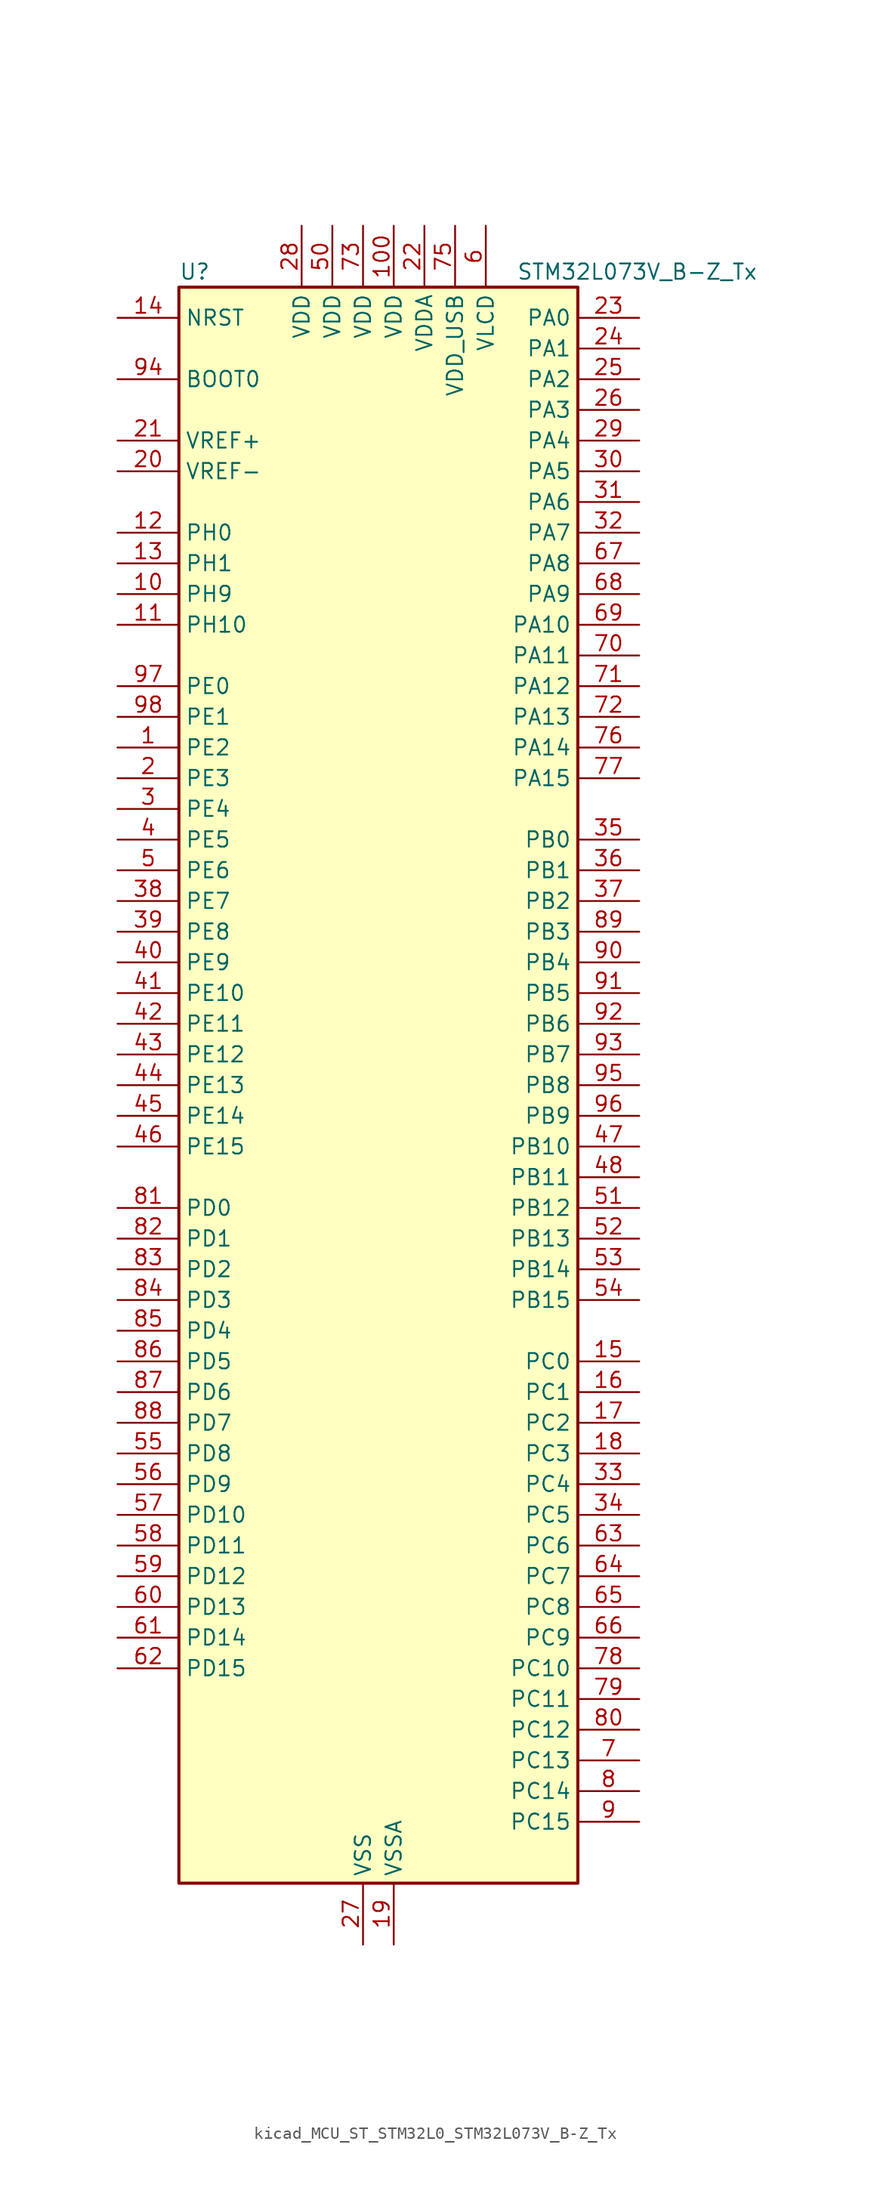
<source format=kicad_sym>
(kicad_symbol_lib
  (version 20220914)
  (generator kicad_symbol_editor)
  (symbol "kicad_MCU_ST_STM32L0_STM32L073V_B-Z_Tx"
    (property "Reference" "U"
      (at -15.24 67.31 0)
      (effects (font (size 1.27 1.27)) (justify left)))
    (property "Value" "STM32L073V_B-Z_Tx"
      (at 12.7 67.31 0)
      (effects (font (size 1.27 1.27)) (justify left)))
    (property "ki_locked" ""
      (at 0 0 0)
      (effects (font (size 1.27 1.27))))
    (symbol "kicad_MCU_ST_STM32L0_STM32L073V_B-Z_Tx_0_1"
      (rectangle (start -15.24 -66.04) (end 17.78 66.04) (stroke (width 0.254) (type default)) (fill (type background))))
    (symbol "kicad_MCU_ST_STM32L0_STM32L073V_B-Z_Tx_1_1"
      (pin bidirectional line (at -20.32 27.94 0) (length 5.08) (name "PE2" (effects (font (size 1.27 1.27)))) (number "1" (effects (font (size 1.27 1.27)))) (alternate "LCD_SEG38" bidirectional line) (alternate "TIM3_ETR" bidirectional line))
      (pin bidirectional line (at -20.32 40.64 0) (length 5.08) (name "PH9" (effects (font (size 1.27 1.27)))) (number "10" (effects (font (size 1.27 1.27)))) (alternate "DAC_EXTI9" bidirectional line))
      (pin power_in line (at 2.54 71.12 270) (length 5.08) (name "VDD" (effects (font (size 1.27 1.27)))) (number "100" (effects (font (size 1.27 1.27)))))
      (pin bidirectional line (at -20.32 38.1 0) (length 5.08) (name "PH10" (effects (font (size 1.27 1.27)))) (number "11" (effects (font (size 1.27 1.27)))))
      (pin bidirectional line (at -20.32 45.72 0) (length 5.08) (name "PH0" (effects (font (size 1.27 1.27)))) (number "12" (effects (font (size 1.27 1.27)))) (alternate "CRS_SYNC" bidirectional line) (alternate "RCC_OSC_IN" bidirectional line))
      (pin bidirectional line (at -20.32 43.18 0) (length 5.08) (name "PH1" (effects (font (size 1.27 1.27)))) (number "13" (effects (font (size 1.27 1.27)))) (alternate "RCC_OSC_OUT" bidirectional line))
      (pin input line (at -20.32 63.5 0) (length 5.08) (name "NRST" (effects (font (size 1.27 1.27)))) (number "14" (effects (font (size 1.27 1.27)))))
      (pin bidirectional line (at 22.86 -22.86 180) (length 5.08) (name "PC0" (effects (font (size 1.27 1.27)))) (number "15" (effects (font (size 1.27 1.27)))) (alternate "ADC_IN10" bidirectional line) (alternate "I2C3_SCL" bidirectional line) (alternate "LCD_SEG18" bidirectional line) (alternate "LPTIM1_IN1" bidirectional line) (alternate "LPUART1_RX" bidirectional line) (alternate "TSC_G7_IO1" bidirectional line))
      (pin bidirectional line (at 22.86 -25.4 180) (length 5.08) (name "PC1" (effects (font (size 1.27 1.27)))) (number "16" (effects (font (size 1.27 1.27)))) (alternate "ADC_IN11" bidirectional line) (alternate "I2C3_SDA" bidirectional line) (alternate "LCD_SEG19" bidirectional line) (alternate "LPTIM1_OUT" bidirectional line) (alternate "LPUART1_TX" bidirectional line) (alternate "TSC_G7_IO2" bidirectional line))
      (pin bidirectional line (at 22.86 -27.94 180) (length 5.08) (name "PC2" (effects (font (size 1.27 1.27)))) (number "17" (effects (font (size 1.27 1.27)))) (alternate "ADC_IN12" bidirectional line) (alternate "I2S2_MCK" bidirectional line) (alternate "LCD_SEG20" bidirectional line) (alternate "LPTIM1_IN2" bidirectional line) (alternate "SPI2_MISO" bidirectional line) (alternate "TSC_G7_IO3" bidirectional line))
      (pin bidirectional line (at 22.86 -30.48 180) (length 5.08) (name "PC3" (effects (font (size 1.27 1.27)))) (number "18" (effects (font (size 1.27 1.27)))) (alternate "ADC_IN13" bidirectional line) (alternate "I2S2_SD" bidirectional line) (alternate "LCD_SEG21" bidirectional line) (alternate "LPTIM1_ETR" bidirectional line) (alternate "SPI2_MOSI" bidirectional line) (alternate "TSC_G7_IO4" bidirectional line))
      (pin power_in line (at 2.54 -71.12 90) (length 5.08) (name "VSSA" (effects (font (size 1.27 1.27)))) (number "19" (effects (font (size 1.27 1.27)))))
      (pin bidirectional line (at -20.32 25.4 0) (length 5.08) (name "PE3" (effects (font (size 1.27 1.27)))) (number "2" (effects (font (size 1.27 1.27)))) (alternate "LCD_SEG39" bidirectional line) (alternate "TIM22_CH1" bidirectional line) (alternate "TIM3_CH1" bidirectional line))
      (pin input line (at -20.32 50.8 0) (length 5.08) (name "VREF-" (effects (font (size 1.27 1.27)))) (number "20" (effects (font (size 1.27 1.27)))))
      (pin input line (at -20.32 53.34 0) (length 5.08) (name "VREF+" (effects (font (size 1.27 1.27)))) (number "21" (effects (font (size 1.27 1.27)))))
      (pin power_in line (at 5.08 71.12 270) (length 5.08) (name "VDDA" (effects (font (size 1.27 1.27)))) (number "22" (effects (font (size 1.27 1.27)))))
      (pin bidirectional line (at 22.86 63.5 180) (length 5.08) (name "PA0" (effects (font (size 1.27 1.27)))) (number "23" (effects (font (size 1.27 1.27)))) (alternate "ADC_IN0" bidirectional line) (alternate "COMP1_INM" bidirectional line) (alternate "COMP1_OUT" bidirectional line) (alternate "RTC_TAMP2" bidirectional line) (alternate "SYS_WKUP1" bidirectional line) (alternate "TIM2_CH1" bidirectional line) (alternate "TIM2_ETR" bidirectional line) (alternate "TSC_G1_IO1" bidirectional line) (alternate "USART2_CTS" bidirectional line) (alternate "USART4_TX" bidirectional line))
      (pin bidirectional line (at 22.86 60.96 180) (length 5.08) (name "PA1" (effects (font (size 1.27 1.27)))) (number "24" (effects (font (size 1.27 1.27)))) (alternate "ADC_IN1" bidirectional line) (alternate "COMP1_INP" bidirectional line) (alternate "LCD_SEG0" bidirectional line) (alternate "TIM21_ETR" bidirectional line) (alternate "TIM2_CH2" bidirectional line) (alternate "TSC_G1_IO2" bidirectional line) (alternate "USART2_DE" bidirectional line) (alternate "USART2_RTS" bidirectional line) (alternate "USART4_RX" bidirectional line))
      (pin bidirectional line (at 22.86 58.42 180) (length 5.08) (name "PA2" (effects (font (size 1.27 1.27)))) (number "25" (effects (font (size 1.27 1.27)))) (alternate "ADC_IN2" bidirectional line) (alternate "COMP2_INM" bidirectional line) (alternate "COMP2_OUT" bidirectional line) (alternate "LCD_SEG1" bidirectional line) (alternate "LPUART1_TX" bidirectional line) (alternate "TIM21_CH1" bidirectional line) (alternate "TIM2_CH3" bidirectional line) (alternate "TSC_G1_IO3" bidirectional line) (alternate "USART2_TX" bidirectional line))
      (pin bidirectional line (at 22.86 55.88 180) (length 5.08) (name "PA3" (effects (font (size 1.27 1.27)))) (number "26" (effects (font (size 1.27 1.27)))) (alternate "ADC_IN3" bidirectional line) (alternate "COMP2_INP" bidirectional line) (alternate "LCD_SEG2" bidirectional line) (alternate "LPUART1_RX" bidirectional line) (alternate "TIM21_CH2" bidirectional line) (alternate "TIM2_CH4" bidirectional line) (alternate "TSC_G1_IO4" bidirectional line) (alternate "USART2_RX" bidirectional line))
      (pin power_in line (at 0 -71.12 90) (length 5.08) (name "VSS" (effects (font (size 1.27 1.27)))) (number "27" (effects (font (size 1.27 1.27)))))
      (pin power_in line (at -5.08 71.12 270) (length 5.08) (name "VDD" (effects (font (size 1.27 1.27)))) (number "28" (effects (font (size 1.27 1.27)))))
      (pin bidirectional line (at 22.86 53.34 180) (length 5.08) (name "PA4" (effects (font (size 1.27 1.27)))) (number "29" (effects (font (size 1.27 1.27)))) (alternate "ADC_IN4" bidirectional line) (alternate "COMP1_INM" bidirectional line) (alternate "COMP2_INM" bidirectional line) (alternate "DAC_OUT1" bidirectional line) (alternate "SPI1_NSS" bidirectional line) (alternate "TIM22_ETR" bidirectional line) (alternate "TSC_G2_IO1" bidirectional line) (alternate "USART2_CK" bidirectional line))
      (pin bidirectional line (at -20.32 22.86 0) (length 5.08) (name "PE4" (effects (font (size 1.27 1.27)))) (number "3" (effects (font (size 1.27 1.27)))) (alternate "TIM22_CH2" bidirectional line) (alternate "TIM3_CH2" bidirectional line))
      (pin bidirectional line (at 22.86 50.8 180) (length 5.08) (name "PA5" (effects (font (size 1.27 1.27)))) (number "30" (effects (font (size 1.27 1.27)))) (alternate "ADC_IN5" bidirectional line) (alternate "COMP1_INM" bidirectional line) (alternate "COMP2_INM" bidirectional line) (alternate "DAC_OUT2" bidirectional line) (alternate "SPI1_SCK" bidirectional line) (alternate "TIM2_CH1" bidirectional line) (alternate "TIM2_ETR" bidirectional line) (alternate "TSC_G2_IO2" bidirectional line))
      (pin bidirectional line (at 22.86 48.26 180) (length 5.08) (name "PA6" (effects (font (size 1.27 1.27)))) (number "31" (effects (font (size 1.27 1.27)))) (alternate "ADC_IN6" bidirectional line) (alternate "COMP1_OUT" bidirectional line) (alternate "LCD_SEG3" bidirectional line) (alternate "LPUART1_CTS" bidirectional line) (alternate "SPI1_MISO" bidirectional line) (alternate "TIM22_CH1" bidirectional line) (alternate "TIM3_CH1" bidirectional line) (alternate "TSC_G2_IO3" bidirectional line))
      (pin bidirectional line (at 22.86 45.72 180) (length 5.08) (name "PA7" (effects (font (size 1.27 1.27)))) (number "32" (effects (font (size 1.27 1.27)))) (alternate "ADC_IN7" bidirectional line) (alternate "COMP2_OUT" bidirectional line) (alternate "LCD_SEG4" bidirectional line) (alternate "SPI1_MOSI" bidirectional line) (alternate "TIM22_CH2" bidirectional line) (alternate "TIM3_CH2" bidirectional line) (alternate "TSC_G2_IO4" bidirectional line))
      (pin bidirectional line (at 22.86 -33.02 180) (length 5.08) (name "PC4" (effects (font (size 1.27 1.27)))) (number "33" (effects (font (size 1.27 1.27)))) (alternate "ADC_IN14" bidirectional line) (alternate "LCD_SEG22" bidirectional line) (alternate "LPUART1_TX" bidirectional line))
      (pin bidirectional line (at 22.86 -35.56 180) (length 5.08) (name "PC5" (effects (font (size 1.27 1.27)))) (number "34" (effects (font (size 1.27 1.27)))) (alternate "ADC_IN15" bidirectional line) (alternate "LCD_SEG23" bidirectional line) (alternate "LPUART1_RX" bidirectional line) (alternate "TSC_G3_IO1" bidirectional line))
      (pin bidirectional line (at 22.86 20.32 180) (length 5.08) (name "PB0" (effects (font (size 1.27 1.27)))) (number "35" (effects (font (size 1.27 1.27)))) (alternate "ADC_IN8" bidirectional line) (alternate "LCD_SEG5" bidirectional line) (alternate "LCD_VLCD3" bidirectional line) (alternate "SYS_VREF_OUT_PB0" bidirectional line) (alternate "TIM3_CH3" bidirectional line) (alternate "TSC_G3_IO2" bidirectional line))
      (pin bidirectional line (at 22.86 17.78 180) (length 5.08) (name "PB1" (effects (font (size 1.27 1.27)))) (number "36" (effects (font (size 1.27 1.27)))) (alternate "ADC_IN9" bidirectional line) (alternate "LCD_SEG6" bidirectional line) (alternate "LPUART1_DE" bidirectional line) (alternate "LPUART1_RTS" bidirectional line) (alternate "SYS_VREF_OUT_PB1" bidirectional line) (alternate "TIM3_CH4" bidirectional line) (alternate "TSC_G3_IO3" bidirectional line))
      (pin bidirectional line (at 22.86 15.24 180) (length 5.08) (name "PB2" (effects (font (size 1.27 1.27)))) (number "37" (effects (font (size 1.27 1.27)))) (alternate "I2C3_SMBA" bidirectional line) (alternate "LCD_VLCD2" bidirectional line) (alternate "LPTIM1_OUT" bidirectional line) (alternate "TSC_G3_IO4" bidirectional line))
      (pin bidirectional line (at -20.32 15.24 0) (length 5.08) (name "PE7" (effects (font (size 1.27 1.27)))) (number "38" (effects (font (size 1.27 1.27)))) (alternate "LCD_SEG45" bidirectional line) (alternate "USART5_CK" bidirectional line) (alternate "USART5_DE" bidirectional line) (alternate "USART5_RTS" bidirectional line))
      (pin bidirectional line (at -20.32 12.7 0) (length 5.08) (name "PE8" (effects (font (size 1.27 1.27)))) (number "39" (effects (font (size 1.27 1.27)))) (alternate "LCD_SEG46" bidirectional line) (alternate "USART4_TX" bidirectional line))
      (pin bidirectional line (at -20.32 20.32 0) (length 5.08) (name "PE5" (effects (font (size 1.27 1.27)))) (number "4" (effects (font (size 1.27 1.27)))) (alternate "TIM21_CH1" bidirectional line) (alternate "TIM3_CH3" bidirectional line))
      (pin bidirectional line (at -20.32 10.16 0) (length 5.08) (name "PE9" (effects (font (size 1.27 1.27)))) (number "40" (effects (font (size 1.27 1.27)))) (alternate "DAC_EXTI9" bidirectional line) (alternate "LCD_SEG47" bidirectional line) (alternate "TIM2_CH1" bidirectional line) (alternate "TIM2_ETR" bidirectional line) (alternate "USART4_RX" bidirectional line))
      (pin bidirectional line (at -20.32 7.62 0) (length 5.08) (name "PE10" (effects (font (size 1.27 1.27)))) (number "41" (effects (font (size 1.27 1.27)))) (alternate "LCD_SEG40" bidirectional line) (alternate "TIM2_CH2" bidirectional line) (alternate "USART5_TX" bidirectional line))
      (pin bidirectional line (at -20.32 5.08 0) (length 5.08) (name "PE11" (effects (font (size 1.27 1.27)))) (number "42" (effects (font (size 1.27 1.27)))) (alternate "ADC_EXTI11" bidirectional line) (alternate "LCD_VLCD1" bidirectional line) (alternate "TIM2_CH3" bidirectional line) (alternate "USART5_RX" bidirectional line))
      (pin bidirectional line (at -20.32 2.54 0) (length 5.08) (name "PE12" (effects (font (size 1.27 1.27)))) (number "43" (effects (font (size 1.27 1.27)))) (alternate "LCD_VLCD3" bidirectional line) (alternate "SPI1_NSS" bidirectional line) (alternate "TIM2_CH4" bidirectional line))
      (pin bidirectional line (at -20.32 0 0) (length 5.08) (name "PE13" (effects (font (size 1.27 1.27)))) (number "44" (effects (font (size 1.27 1.27)))) (alternate "LCD_SEG41" bidirectional line) (alternate "SPI1_SCK" bidirectional line))
      (pin bidirectional line (at -20.32 -2.54 0) (length 5.08) (name "PE14" (effects (font (size 1.27 1.27)))) (number "45" (effects (font (size 1.27 1.27)))) (alternate "LCD_SEG42" bidirectional line) (alternate "SPI1_MISO" bidirectional line))
      (pin bidirectional line (at -20.32 -5.08 0) (length 5.08) (name "PE15" (effects (font (size 1.27 1.27)))) (number "46" (effects (font (size 1.27 1.27)))) (alternate "LCD_SEG43" bidirectional line) (alternate "SPI1_MOSI" bidirectional line))
      (pin bidirectional line (at 22.86 -5.08 180) (length 5.08) (name "PB10" (effects (font (size 1.27 1.27)))) (number "47" (effects (font (size 1.27 1.27)))) (alternate "I2C2_SCL" bidirectional line) (alternate "LCD_SEG10" bidirectional line) (alternate "LPUART1_RX" bidirectional line) (alternate "LPUART1_TX" bidirectional line) (alternate "SPI2_SCK" bidirectional line) (alternate "TIM2_CH3" bidirectional line) (alternate "TSC_SYNC" bidirectional line))
      (pin bidirectional line (at 22.86 -7.62 180) (length 5.08) (name "PB11" (effects (font (size 1.27 1.27)))) (number "48" (effects (font (size 1.27 1.27)))) (alternate "ADC_EXTI11" bidirectional line) (alternate "I2C2_SDA" bidirectional line) (alternate "LCD_SEG11" bidirectional line) (alternate "LPUART1_RX" bidirectional line) (alternate "LPUART1_TX" bidirectional line) (alternate "TIM2_CH4" bidirectional line) (alternate "TSC_G6_IO1" bidirectional line))
      (pin passive line (at 0 -71.12 90) (length 5.08) hide (name "VSS" (effects (font (size 1.27 1.27)))) (number "49" (effects (font (size 1.27 1.27)))))
      (pin bidirectional line (at -20.32 17.78 0) (length 5.08) (name "PE6" (effects (font (size 1.27 1.27)))) (number "5" (effects (font (size 1.27 1.27)))) (alternate "RTC_TAMP3" bidirectional line) (alternate "SYS_WKUP3" bidirectional line) (alternate "TIM21_CH2" bidirectional line) (alternate "TIM3_CH4" bidirectional line))
      (pin power_in line (at -2.54 71.12 270) (length 5.08) (name "VDD" (effects (font (size 1.27 1.27)))) (number "50" (effects (font (size 1.27 1.27)))))
      (pin bidirectional line (at 22.86 -10.16 180) (length 5.08) (name "PB12" (effects (font (size 1.27 1.27)))) (number "51" (effects (font (size 1.27 1.27)))) (alternate "I2S2_WS" bidirectional line) (alternate "LCD_SEG12" bidirectional line) (alternate "LCD_VLCD2" bidirectional line) (alternate "LPUART1_DE" bidirectional line) (alternate "LPUART1_RTS" bidirectional line) (alternate "SPI2_NSS" bidirectional line) (alternate "TSC_G6_IO2" bidirectional line))
      (pin bidirectional line (at 22.86 -12.7 180) (length 5.08) (name "PB13" (effects (font (size 1.27 1.27)))) (number "52" (effects (font (size 1.27 1.27)))) (alternate "I2C2_SCL" bidirectional line) (alternate "I2S2_CK" bidirectional line) (alternate "LCD_SEG13" bidirectional line) (alternate "LPUART1_CTS" bidirectional line) (alternate "RCC_MCO" bidirectional line) (alternate "SPI2_SCK" bidirectional line) (alternate "TIM21_CH1" bidirectional line) (alternate "TSC_G6_IO3" bidirectional line))
      (pin bidirectional line (at 22.86 -15.24 180) (length 5.08) (name "PB14" (effects (font (size 1.27 1.27)))) (number "53" (effects (font (size 1.27 1.27)))) (alternate "I2C2_SDA" bidirectional line) (alternate "I2S2_MCK" bidirectional line) (alternate "LCD_SEG14" bidirectional line) (alternate "LPUART1_DE" bidirectional line) (alternate "LPUART1_RTS" bidirectional line) (alternate "RTC_OUT_ALARM" bidirectional line) (alternate "RTC_OUT_CALIB" bidirectional line) (alternate "SPI2_MISO" bidirectional line) (alternate "TIM21_CH2" bidirectional line) (alternate "TSC_G6_IO4" bidirectional line))
      (pin bidirectional line (at 22.86 -17.78 180) (length 5.08) (name "PB15" (effects (font (size 1.27 1.27)))) (number "54" (effects (font (size 1.27 1.27)))) (alternate "I2S2_SD" bidirectional line) (alternate "LCD_SEG15" bidirectional line) (alternate "RTC_REFIN" bidirectional line) (alternate "SPI2_MOSI" bidirectional line))
      (pin bidirectional line (at -20.32 -30.48 0) (length 5.08) (name "PD8" (effects (font (size 1.27 1.27)))) (number "55" (effects (font (size 1.27 1.27)))) (alternate "LCD_SEG28" bidirectional line) (alternate "LPUART1_TX" bidirectional line))
      (pin bidirectional line (at -20.32 -33.02 0) (length 5.08) (name "PD9" (effects (font (size 1.27 1.27)))) (number "56" (effects (font (size 1.27 1.27)))) (alternate "DAC_EXTI9" bidirectional line) (alternate "LCD_SEG29" bidirectional line) (alternate "LPUART1_RX" bidirectional line))
      (pin bidirectional line (at -20.32 -35.56 0) (length 5.08) (name "PD10" (effects (font (size 1.27 1.27)))) (number "57" (effects (font (size 1.27 1.27)))) (alternate "LCD_SEG30" bidirectional line))
      (pin bidirectional line (at -20.32 -38.1 0) (length 5.08) (name "PD11" (effects (font (size 1.27 1.27)))) (number "58" (effects (font (size 1.27 1.27)))) (alternate "ADC_EXTI11" bidirectional line) (alternate "LCD_SEG31" bidirectional line) (alternate "LPUART1_CTS" bidirectional line))
      (pin bidirectional line (at -20.32 -40.64 0) (length 5.08) (name "PD12" (effects (font (size 1.27 1.27)))) (number "59" (effects (font (size 1.27 1.27)))) (alternate "LCD_SEG32" bidirectional line) (alternate "LPUART1_DE" bidirectional line) (alternate "LPUART1_RTS" bidirectional line))
      (pin power_in line (at 10.16 71.12 270) (length 5.08) (name "VLCD" (effects (font (size 1.27 1.27)))) (number "6" (effects (font (size 1.27 1.27)))))
      (pin bidirectional line (at -20.32 -43.18 0) (length 5.08) (name "PD13" (effects (font (size 1.27 1.27)))) (number "60" (effects (font (size 1.27 1.27)))) (alternate "LCD_SEG33" bidirectional line))
      (pin bidirectional line (at -20.32 -45.72 0) (length 5.08) (name "PD14" (effects (font (size 1.27 1.27)))) (number "61" (effects (font (size 1.27 1.27)))) (alternate "LCD_SEG34" bidirectional line))
      (pin bidirectional line (at -20.32 -48.26 0) (length 5.08) (name "PD15" (effects (font (size 1.27 1.27)))) (number "62" (effects (font (size 1.27 1.27)))) (alternate "CRS_SYNC" bidirectional line) (alternate "LCD_SEG35" bidirectional line))
      (pin bidirectional line (at 22.86 -38.1 180) (length 5.08) (name "PC6" (effects (font (size 1.27 1.27)))) (number "63" (effects (font (size 1.27 1.27)))) (alternate "LCD_SEG24" bidirectional line) (alternate "TIM22_CH1" bidirectional line) (alternate "TIM3_CH1" bidirectional line) (alternate "TSC_G8_IO1" bidirectional line))
      (pin bidirectional line (at 22.86 -40.64 180) (length 5.08) (name "PC7" (effects (font (size 1.27 1.27)))) (number "64" (effects (font (size 1.27 1.27)))) (alternate "LCD_SEG25" bidirectional line) (alternate "TIM22_CH2" bidirectional line) (alternate "TIM3_CH2" bidirectional line) (alternate "TSC_G8_IO2" bidirectional line))
      (pin bidirectional line (at 22.86 -43.18 180) (length 5.08) (name "PC8" (effects (font (size 1.27 1.27)))) (number "65" (effects (font (size 1.27 1.27)))) (alternate "LCD_SEG26" bidirectional line) (alternate "TIM22_ETR" bidirectional line) (alternate "TIM3_CH3" bidirectional line) (alternate "TSC_G8_IO3" bidirectional line))
      (pin bidirectional line (at 22.86 -45.72 180) (length 5.08) (name "PC9" (effects (font (size 1.27 1.27)))) (number "66" (effects (font (size 1.27 1.27)))) (alternate "DAC_EXTI9" bidirectional line) (alternate "I2C3_SDA" bidirectional line) (alternate "LCD_SEG27" bidirectional line) (alternate "TIM21_ETR" bidirectional line) (alternate "TIM3_CH4" bidirectional line) (alternate "TSC_G8_IO4" bidirectional line) (alternate "USB_NOE" bidirectional line))
      (pin bidirectional line (at 22.86 43.18 180) (length 5.08) (name "PA8" (effects (font (size 1.27 1.27)))) (number "67" (effects (font (size 1.27 1.27)))) (alternate "CRS_SYNC" bidirectional line) (alternate "I2C3_SCL" bidirectional line) (alternate "LCD_COM0" bidirectional line) (alternate "RCC_MCO" bidirectional line) (alternate "USART1_CK" bidirectional line))
      (pin bidirectional line (at 22.86 40.64 180) (length 5.08) (name "PA9" (effects (font (size 1.27 1.27)))) (number "68" (effects (font (size 1.27 1.27)))) (alternate "DAC_EXTI9" bidirectional line) (alternate "I2C1_SCL" bidirectional line) (alternate "I2C3_SMBA" bidirectional line) (alternate "LCD_COM1" bidirectional line) (alternate "RCC_MCO" bidirectional line) (alternate "TSC_G4_IO1" bidirectional line) (alternate "USART1_TX" bidirectional line))
      (pin bidirectional line (at 22.86 38.1 180) (length 5.08) (name "PA10" (effects (font (size 1.27 1.27)))) (number "69" (effects (font (size 1.27 1.27)))) (alternate "I2C1_SDA" bidirectional line) (alternate "LCD_COM2" bidirectional line) (alternate "TSC_G4_IO2" bidirectional line) (alternate "USART1_RX" bidirectional line))
      (pin bidirectional line (at 22.86 -55.88 180) (length 5.08) (name "PC13" (effects (font (size 1.27 1.27)))) (number "7" (effects (font (size 1.27 1.27)))) (alternate "RTC_OUT_ALARM" bidirectional line) (alternate "RTC_OUT_CALIB" bidirectional line) (alternate "RTC_TAMP1" bidirectional line) (alternate "RTC_TS" bidirectional line) (alternate "SYS_WKUP2" bidirectional line))
      (pin bidirectional line (at 22.86 35.56 180) (length 5.08) (name "PA11" (effects (font (size 1.27 1.27)))) (number "70" (effects (font (size 1.27 1.27)))) (alternate "ADC_EXTI11" bidirectional line) (alternate "COMP1_OUT" bidirectional line) (alternate "SPI1_MISO" bidirectional line) (alternate "TSC_G4_IO3" bidirectional line) (alternate "USART1_CTS" bidirectional line) (alternate "USB_DM" bidirectional line))
      (pin bidirectional line (at 22.86 33.02 180) (length 5.08) (name "PA12" (effects (font (size 1.27 1.27)))) (number "71" (effects (font (size 1.27 1.27)))) (alternate "COMP2_OUT" bidirectional line) (alternate "SPI1_MOSI" bidirectional line) (alternate "TSC_G4_IO4" bidirectional line) (alternate "USART1_DE" bidirectional line) (alternate "USART1_RTS" bidirectional line) (alternate "USB_DP" bidirectional line))
      (pin bidirectional line (at 22.86 30.48 180) (length 5.08) (name "PA13" (effects (font (size 1.27 1.27)))) (number "72" (effects (font (size 1.27 1.27)))) (alternate "LPUART1_RX" bidirectional line) (alternate "SYS_SWDIO" bidirectional line) (alternate "USB_NOE" bidirectional line))
      (pin power_in line (at 0 71.12 270) (length 5.08) (name "VDD" (effects (font (size 1.27 1.27)))) (number "73" (effects (font (size 1.27 1.27)))))
      (pin passive line (at 0 -71.12 90) (length 5.08) hide (name "VSS" (effects (font (size 1.27 1.27)))) (number "74" (effects (font (size 1.27 1.27)))))
      (pin power_in line (at 7.62 71.12 270) (length 5.08) (name "VDD_USB" (effects (font (size 1.27 1.27)))) (number "75" (effects (font (size 1.27 1.27)))))
      (pin bidirectional line (at 22.86 27.94 180) (length 5.08) (name "PA14" (effects (font (size 1.27 1.27)))) (number "76" (effects (font (size 1.27 1.27)))) (alternate "LPUART1_TX" bidirectional line) (alternate "SYS_SWCLK" bidirectional line) (alternate "USART2_TX" bidirectional line))
      (pin bidirectional line (at 22.86 25.4 180) (length 5.08) (name "PA15" (effects (font (size 1.27 1.27)))) (number "77" (effects (font (size 1.27 1.27)))) (alternate "LCD_SEG17" bidirectional line) (alternate "SPI1_NSS" bidirectional line) (alternate "TIM2_CH1" bidirectional line) (alternate "TIM2_ETR" bidirectional line) (alternate "USART2_RX" bidirectional line) (alternate "USART4_DE" bidirectional line) (alternate "USART4_RTS" bidirectional line))
      (pin bidirectional line (at 22.86 -48.26 180) (length 5.08) (name "PC10" (effects (font (size 1.27 1.27)))) (number "78" (effects (font (size 1.27 1.27)))) (alternate "LCD_COM4" bidirectional line) (alternate "LCD_SEG28" bidirectional line) (alternate "LCD_SEG48" bidirectional line) (alternate "LPUART1_TX" bidirectional line) (alternate "USART4_TX" bidirectional line))
      (pin bidirectional line (at 22.86 -50.8 180) (length 5.08) (name "PC11" (effects (font (size 1.27 1.27)))) (number "79" (effects (font (size 1.27 1.27)))) (alternate "ADC_EXTI11" bidirectional line) (alternate "LCD_COM5" bidirectional line) (alternate "LCD_SEG29" bidirectional line) (alternate "LCD_SEG49" bidirectional line) (alternate "LPUART1_RX" bidirectional line) (alternate "USART4_RX" bidirectional line))
      (pin bidirectional line (at 22.86 -58.42 180) (length 5.08) (name "PC14" (effects (font (size 1.27 1.27)))) (number "8" (effects (font (size 1.27 1.27)))) (alternate "RCC_OSC32_IN" bidirectional line))
      (pin bidirectional line (at 22.86 -53.34 180) (length 5.08) (name "PC12" (effects (font (size 1.27 1.27)))) (number "80" (effects (font (size 1.27 1.27)))) (alternate "LCD_COM6" bidirectional line) (alternate "LCD_SEG30" bidirectional line) (alternate "LCD_SEG50" bidirectional line) (alternate "USART4_CK" bidirectional line) (alternate "USART5_TX" bidirectional line))
      (pin bidirectional line (at -20.32 -10.16 0) (length 5.08) (name "PD0" (effects (font (size 1.27 1.27)))) (number "81" (effects (font (size 1.27 1.27)))) (alternate "I2S2_WS" bidirectional line) (alternate "SPI2_NSS" bidirectional line) (alternate "TIM21_CH1" bidirectional line))
      (pin bidirectional line (at -20.32 -12.7 0) (length 5.08) (name "PD1" (effects (font (size 1.27 1.27)))) (number "82" (effects (font (size 1.27 1.27)))) (alternate "I2S2_CK" bidirectional line) (alternate "SPI2_SCK" bidirectional line))
      (pin bidirectional line (at -20.32 -15.24 0) (length 5.08) (name "PD2" (effects (font (size 1.27 1.27)))) (number "83" (effects (font (size 1.27 1.27)))) (alternate "LCD_COM7" bidirectional line) (alternate "LCD_SEG31" bidirectional line) (alternate "LCD_SEG51" bidirectional line) (alternate "LPUART1_DE" bidirectional line) (alternate "LPUART1_RTS" bidirectional line) (alternate "TIM3_ETR" bidirectional line) (alternate "USART5_RX" bidirectional line))
      (pin bidirectional line (at -20.32 -17.78 0) (length 5.08) (name "PD3" (effects (font (size 1.27 1.27)))) (number "84" (effects (font (size 1.27 1.27)))) (alternate "I2S2_MCK" bidirectional line) (alternate "LCD_SEG44" bidirectional line) (alternate "SPI2_MISO" bidirectional line) (alternate "USART2_CTS" bidirectional line))
      (pin bidirectional line (at -20.32 -20.32 0) (length 5.08) (name "PD4" (effects (font (size 1.27 1.27)))) (number "85" (effects (font (size 1.27 1.27)))) (alternate "I2S2_SD" bidirectional line) (alternate "SPI2_MOSI" bidirectional line) (alternate "USART2_DE" bidirectional line) (alternate "USART2_RTS" bidirectional line))
      (pin bidirectional line (at -20.32 -22.86 0) (length 5.08) (name "PD5" (effects (font (size 1.27 1.27)))) (number "86" (effects (font (size 1.27 1.27)))) (alternate "USART2_TX" bidirectional line))
      (pin bidirectional line (at -20.32 -25.4 0) (length 5.08) (name "PD6" (effects (font (size 1.27 1.27)))) (number "87" (effects (font (size 1.27 1.27)))) (alternate "USART2_RX" bidirectional line))
      (pin bidirectional line (at -20.32 -27.94 0) (length 5.08) (name "PD7" (effects (font (size 1.27 1.27)))) (number "88" (effects (font (size 1.27 1.27)))) (alternate "TIM21_CH2" bidirectional line) (alternate "USART2_CK" bidirectional line))
      (pin bidirectional line (at 22.86 12.7 180) (length 5.08) (name "PB3" (effects (font (size 1.27 1.27)))) (number "89" (effects (font (size 1.27 1.27)))) (alternate "COMP2_INM" bidirectional line) (alternate "LCD_SEG7" bidirectional line) (alternate "SPI1_SCK" bidirectional line) (alternate "TIM2_CH2" bidirectional line) (alternate "TSC_G5_IO1" bidirectional line) (alternate "USART1_DE" bidirectional line) (alternate "USART1_RTS" bidirectional line) (alternate "USART5_TX" bidirectional line))
      (pin bidirectional line (at 22.86 -60.96 180) (length 5.08) (name "PC15" (effects (font (size 1.27 1.27)))) (number "9" (effects (font (size 1.27 1.27)))) (alternate "RCC_OSC32_OUT" bidirectional line))
      (pin bidirectional line (at 22.86 10.16 180) (length 5.08) (name "PB4" (effects (font (size 1.27 1.27)))) (number "90" (effects (font (size 1.27 1.27)))) (alternate "COMP2_INP" bidirectional line) (alternate "I2C3_SDA" bidirectional line) (alternate "LCD_SEG8" bidirectional line) (alternate "SPI1_MISO" bidirectional line) (alternate "TIM22_CH1" bidirectional line) (alternate "TIM3_CH1" bidirectional line) (alternate "TSC_G5_IO2" bidirectional line) (alternate "USART1_CTS" bidirectional line) (alternate "USART5_RX" bidirectional line))
      (pin bidirectional line (at 22.86 7.62 180) (length 5.08) (name "PB5" (effects (font (size 1.27 1.27)))) (number "91" (effects (font (size 1.27 1.27)))) (alternate "COMP2_INP" bidirectional line) (alternate "I2C1_SMBA" bidirectional line) (alternate "LCD_SEG9" bidirectional line) (alternate "LPTIM1_IN1" bidirectional line) (alternate "SPI1_MOSI" bidirectional line) (alternate "TIM22_CH2" bidirectional line) (alternate "TIM3_CH2" bidirectional line) (alternate "USART1_CK" bidirectional line) (alternate "USART5_CK" bidirectional line) (alternate "USART5_DE" bidirectional line) (alternate "USART5_RTS" bidirectional line))
      (pin bidirectional line (at 22.86 5.08 180) (length 5.08) (name "PB6" (effects (font (size 1.27 1.27)))) (number "92" (effects (font (size 1.27 1.27)))) (alternate "COMP2_INP" bidirectional line) (alternate "I2C1_SCL" bidirectional line) (alternate "LPTIM1_ETR" bidirectional line) (alternate "TSC_G5_IO3" bidirectional line) (alternate "USART1_TX" bidirectional line))
      (pin bidirectional line (at 22.86 2.54 180) (length 5.08) (name "PB7" (effects (font (size 1.27 1.27)))) (number "93" (effects (font (size 1.27 1.27)))) (alternate "COMP2_INP" bidirectional line) (alternate "I2C1_SDA" bidirectional line) (alternate "LPTIM1_IN2" bidirectional line) (alternate "SYS_PVD_IN" bidirectional line) (alternate "TSC_G5_IO4" bidirectional line) (alternate "USART1_RX" bidirectional line) (alternate "USART4_CTS" bidirectional line))
      (pin input line (at -20.32 58.42 0) (length 5.08) (name "BOOT0" (effects (font (size 1.27 1.27)))) (number "94" (effects (font (size 1.27 1.27)))))
      (pin bidirectional line (at 22.86 0 180) (length 5.08) (name "PB8" (effects (font (size 1.27 1.27)))) (number "95" (effects (font (size 1.27 1.27)))) (alternate "I2C1_SCL" bidirectional line) (alternate "LCD_SEG16" bidirectional line) (alternate "TSC_SYNC" bidirectional line))
      (pin bidirectional line (at 22.86 -2.54 180) (length 5.08) (name "PB9" (effects (font (size 1.27 1.27)))) (number "96" (effects (font (size 1.27 1.27)))) (alternate "DAC_EXTI9" bidirectional line) (alternate "I2C1_SDA" bidirectional line) (alternate "I2S2_WS" bidirectional line) (alternate "LCD_COM3" bidirectional line) (alternate "SPI2_NSS" bidirectional line))
      (pin bidirectional line (at -20.32 33.02 0) (length 5.08) (name "PE0" (effects (font (size 1.27 1.27)))) (number "97" (effects (font (size 1.27 1.27)))) (alternate "LCD_SEG36" bidirectional line))
      (pin bidirectional line (at -20.32 30.48 0) (length 5.08) (name "PE1" (effects (font (size 1.27 1.27)))) (number "98" (effects (font (size 1.27 1.27)))) (alternate "LCD_SEG37" bidirectional line))
      (pin passive line (at 0 -71.12 90) (length 5.08) hide (name "VSS" (effects (font (size 1.27 1.27)))) (number "99" (effects (font (size 1.27 1.27))))))))
</source>
